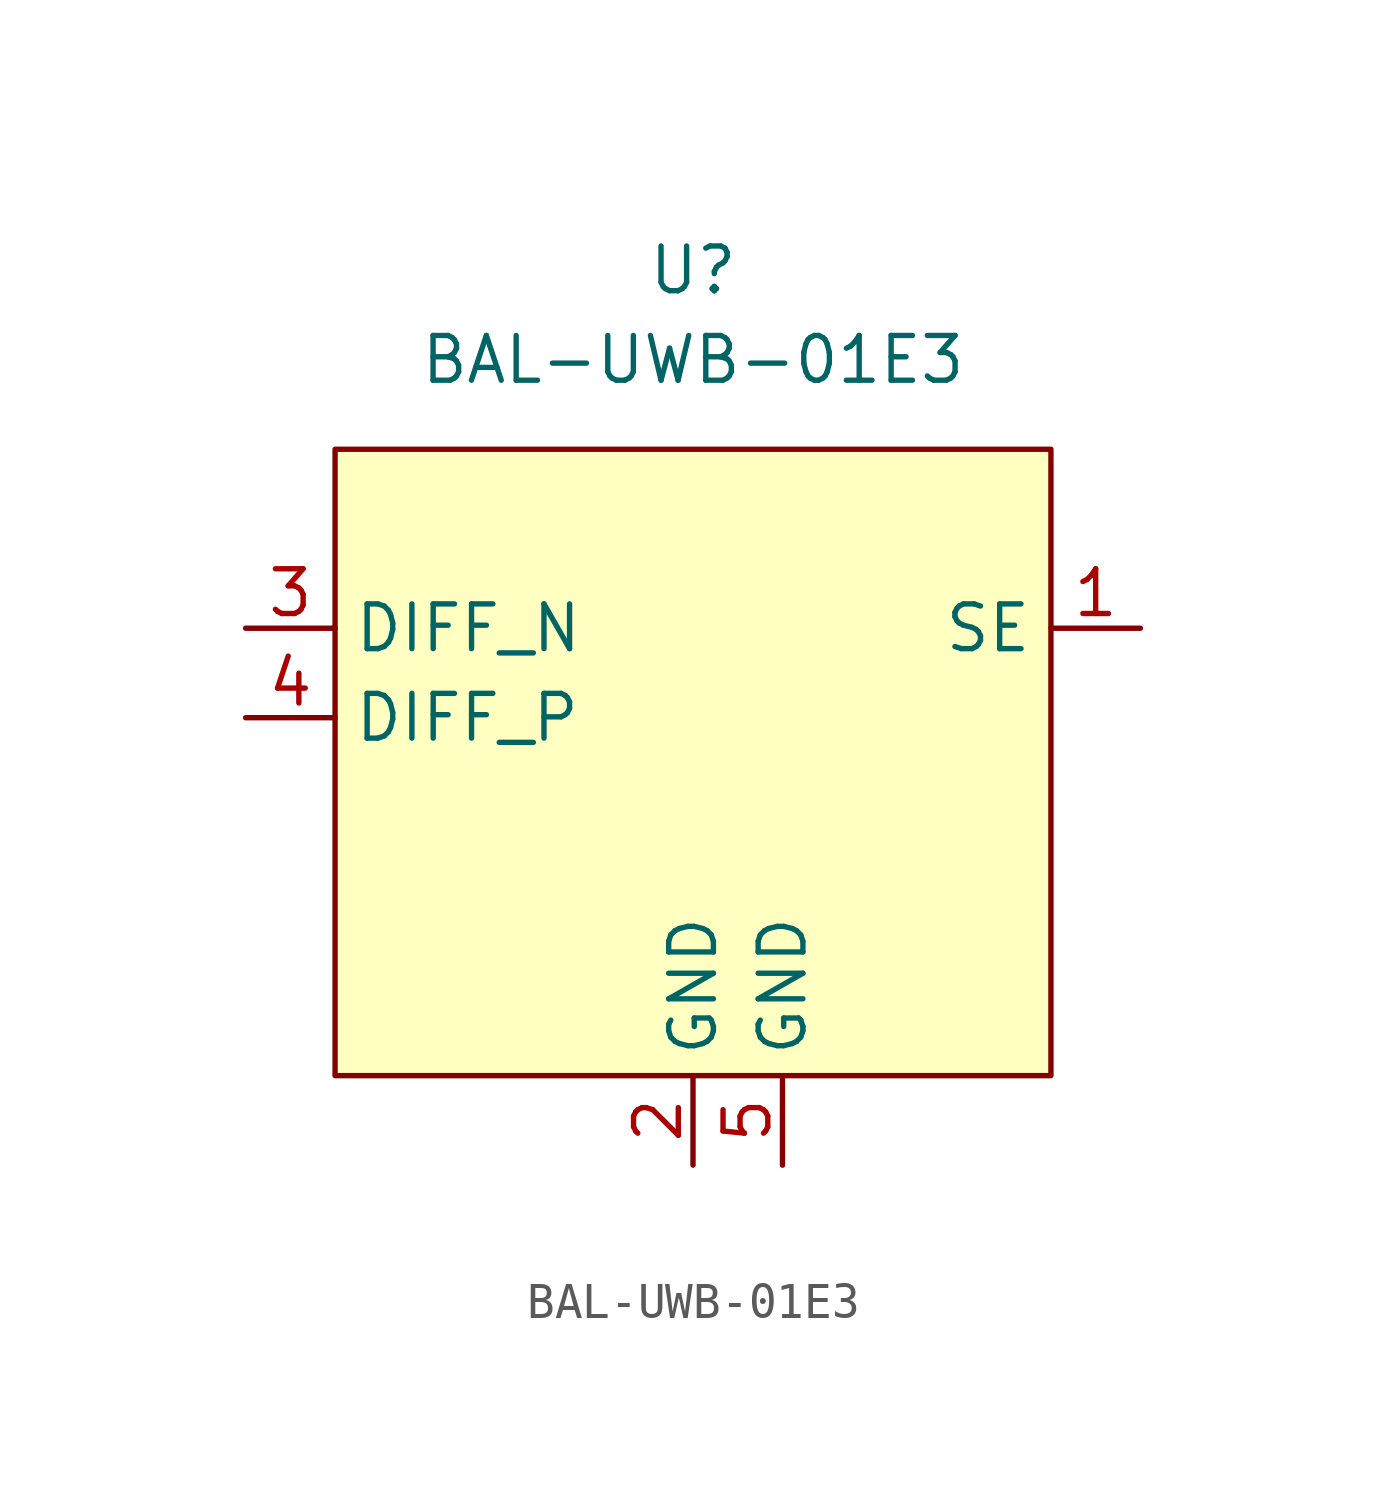
<source format=kicad_sym>
(kicad_symbol_lib
  (version 20211014)
  (generator kicad_symbol_editor)
  (symbol "BAL-UWB-01E3"
    (property "Reference" "U"
      (at 0 10.16 0)
      (effects (font (size 1.27 1.27))))
    (property "Value" "BAL-UWB-01E3"
      (at 0 7.62 0)
      (effects (font (size 1.27 1.27))))
    (symbol "BAL-UWB-01E3_0_1"
      (rectangle (start -10.16 5.08) (end 10.16 -12.7) (stroke (width 0) (type default) (color 0 0 0 0)) (fill (type background))))
    (symbol "BAL-UWB-01E3_1_1"
      (pin input line (at 12.7 0 180) (length 2.54) (name "SE" (effects (font (size 1.27 1.27)))) (number "1" (effects (font (size 1.27 1.27)))))
      (pin input line (at 0 -15.24 90) (length 2.54) (name "GND" (effects (font (size 1.27 1.27)))) (number "2" (effects (font (size 1.27 1.27)))))
      (pin input line (at -12.7 0 0) (length 2.54) (name "DIFF_N" (effects (font (size 1.27 1.27)))) (number "3" (effects (font (size 1.27 1.27)))))
      (pin input line (at -12.7 -2.54 0) (length 2.54) (name "DIFF_P" (effects (font (size 1.27 1.27)))) (number "4" (effects (font (size 1.27 1.27)))))
      (pin input line (at 2.54 -15.24 90) (length 2.54) (name "GND" (effects (font (size 1.27 1.27)))) (number "5" (effects (font (size 1.27 1.27)))))
      (pin input line (at 10.16 -2.54 180) (length 2.54) hide (name "NC" (effects (font (size 1.27 1.27)))) (number "6" (effects (font (size 1.27 1.27))))))))
</source>
